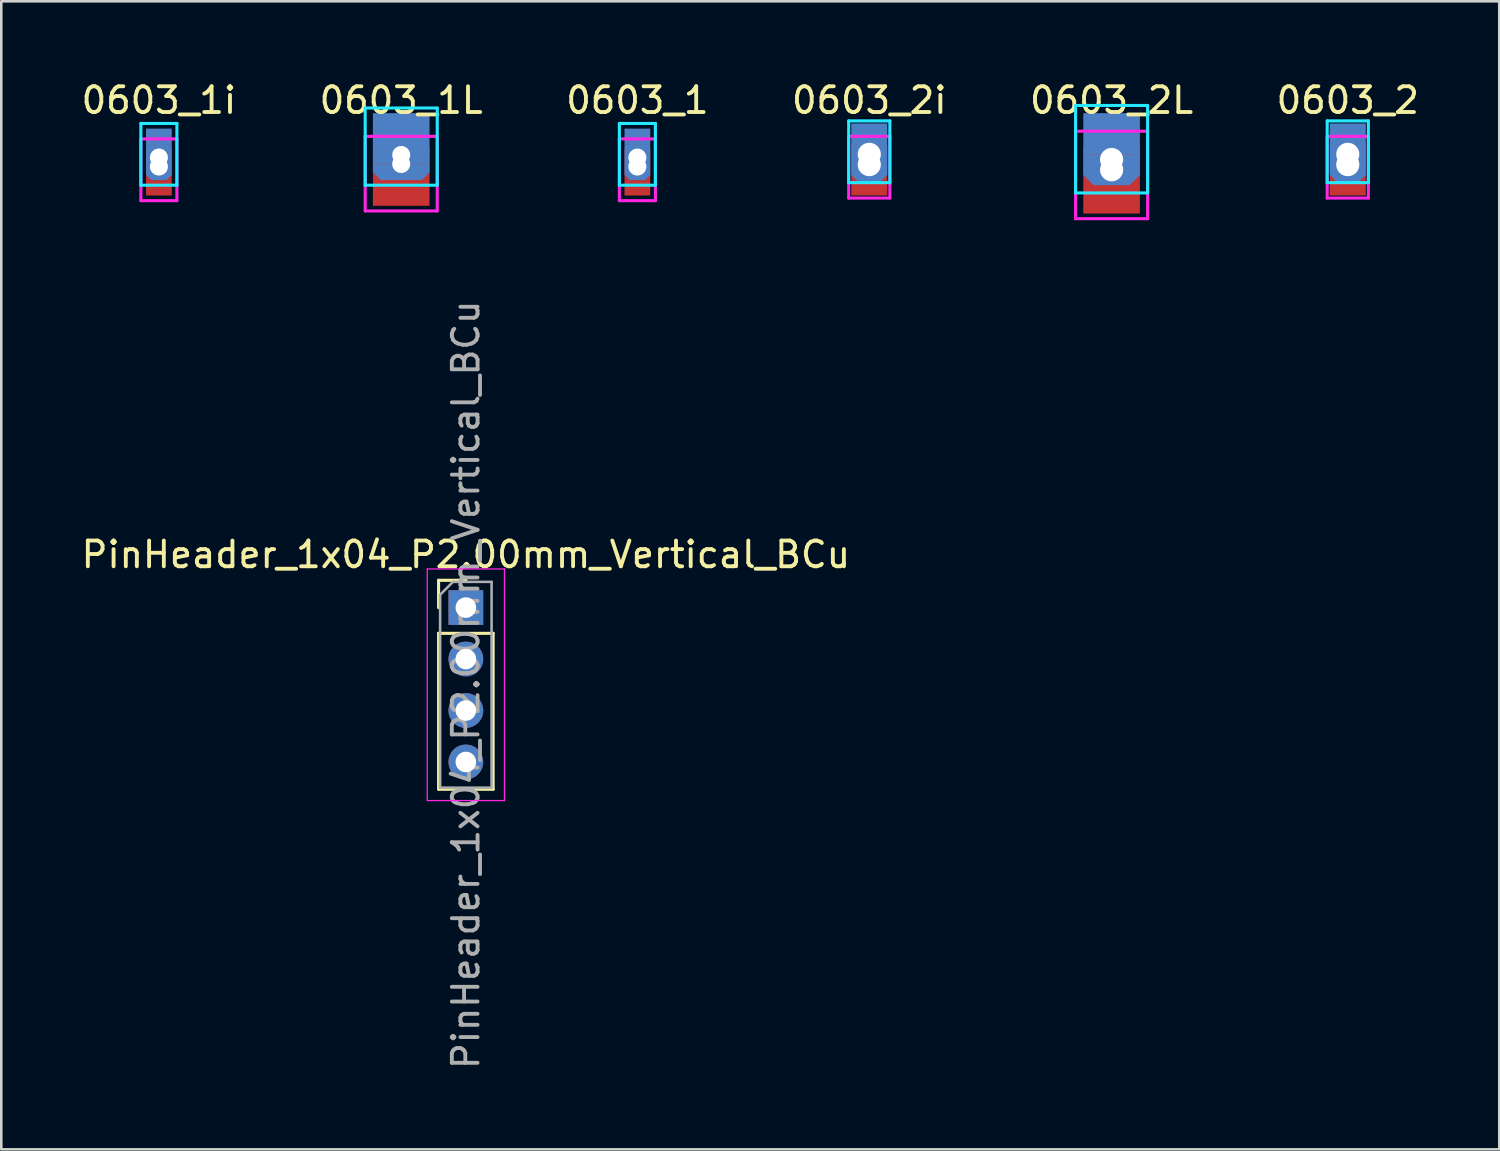
<source format=kicad_pcb>
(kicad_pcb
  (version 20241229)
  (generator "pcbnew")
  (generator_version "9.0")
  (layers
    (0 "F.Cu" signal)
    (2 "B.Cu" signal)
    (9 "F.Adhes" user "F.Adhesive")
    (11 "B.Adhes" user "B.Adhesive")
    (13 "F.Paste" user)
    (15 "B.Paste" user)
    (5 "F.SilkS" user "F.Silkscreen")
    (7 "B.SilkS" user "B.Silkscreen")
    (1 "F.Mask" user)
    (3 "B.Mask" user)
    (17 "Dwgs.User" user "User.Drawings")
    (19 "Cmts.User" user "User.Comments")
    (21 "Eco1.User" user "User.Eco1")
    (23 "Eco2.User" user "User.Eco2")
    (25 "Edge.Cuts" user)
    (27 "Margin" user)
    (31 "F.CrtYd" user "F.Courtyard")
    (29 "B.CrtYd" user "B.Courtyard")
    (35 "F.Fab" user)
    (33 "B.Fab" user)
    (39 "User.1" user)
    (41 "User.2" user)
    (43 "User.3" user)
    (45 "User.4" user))
  (footprint "0603_2i"
    (layer "F.Cu")
    (at 30.732 3.148)
    (property "Reference" "0603_2i" (at 0 -2.3 0) (layer "F.SilkS") (effects (font (size 1 1) (thickness 0.15))))
    (attr smd)
    (fp_poly (pts (xy 0.7 -0.6) (xy 0.7 0.6) (xy -0.7 0.6) (xy -0.7 -0.6) (xy -0.4 -0.9) (xy 0.4 -0.9)) (stroke (width 0) (type solid)) (fill yes) (layer "F.Cu"))
    (fp_poly (pts (xy 0.7 -0.6) (xy 0.7 0.6) (xy -0.7 0.6) (xy -0.7 -0.6) (xy -0.4 -0.9) (xy 0.4 -0.9)) (stroke (width 0) (type solid)) (fill yes) (layer "F.Mask"))
    (fp_poly (pts (xy 0.7 -0.3) (xy 0.7 0.6) (xy 0.4 0.9) (xy -0.4 0.9) (xy -0.7 0.6) (xy -0.7 -0.3) (xy -0.7 -0.6) (xy 0 -0.6) (xy 0.7 -0.6)) (stroke (width 0) (type solid)) (fill yes) (layer "B.Cu"))
    (fp_poly (pts (xy 0.7 -0.3) (xy 0.7 0.6) (xy 0.4 0.9) (xy -0.4 0.9) (xy -0.7 0.6) (xy -0.7 -0.3) (xy -0.7 -0.6) (xy 0 -0.6) (xy 0.7 -0.6)) (stroke (width 0) (type solid)) (fill yes) (layer "B.Mask"))
    (fp_line (start -0.8 -1.5) (end 0.8 -1.5) (stroke (width 0.12) (type solid)) (layer "B.CrtYd"))
    (fp_line (start -0.8 0.9) (end -0.8 -1.5) (stroke (width 0.12) (type solid)) (layer "B.CrtYd"))
    (fp_line (start 0.8 -1.5) (end 0.8 0.9) (stroke (width 0.12) (type solid)) (layer "B.CrtYd"))
    (fp_line (start 0.8 0.9) (end -0.8 0.9) (stroke (width 0.12) (type solid)) (layer "B.CrtYd"))
    (fp_line (start -0.8 -0.9) (end 0.8 -0.9) (stroke (width 0.12) (type solid)) (layer "F.CrtYd"))
    (fp_line (start -0.8 1.5) (end -0.8 -0.9) (stroke (width 0.12) (type solid)) (layer "F.CrtYd"))
    (fp_line (start 0.8 -0.9) (end 0.8 1.5) (stroke (width 0.12) (type solid)) (layer "F.CrtYd"))
    (fp_line (start 0.8 1.5) (end -0.8 1.5) (stroke (width 0.12) (type solid)) (layer "F.CrtYd"))
    (pad "1" smd rect (at 0 -1) (size 1.4 0.8) (layers "B.Cu" "B.Mask"))
    (pad "2" thru_hole circle (at 0 -0.2) (size 0.91 0.91) (drill 0.9) (layers "*.Cu"))
    (pad "2" thru_hole circle (at 0 0.2) (size 0.91 0.91) (drill 0.9) (layers "*.Cu"))
    (pad "2" smd rect (at 0 1) (size 1.4 0.8) (layers "F.Cu" "F.Mask")))
  (footprint "0603_2L"
    (layer "F.Cu")
    (at 40.149 3.348)
    (property "Reference" "0603_2L" (at 0 -2.5 0) (layer "F.SilkS") (effects (font (size 1 1) (thickness 0.15))))
    (attr smd)
    (fp_poly (pts (xy 1.1 -0.7) (xy 1.1 0.3) (xy -1.1 0.3) (xy -1.1 -0.7) (xy -0.6 -1.1) (xy 0.6 -1.1)) (stroke (width 0) (type solid)) (fill yes) (layer "F.Cu"))
    (fp_poly (pts (xy 1.1 -0.7) (xy 1.1 0.3) (xy -1.1 0.3) (xy -1.1 -0.7) (xy -0.6 -1.1) (xy 0.6 -1.1)) (stroke (width 0) (type solid)) (fill yes) (layer "F.Mask"))
    (fp_poly (pts (xy 1.1 -0.4) (xy 1.1 0.4) (xy 0.7 0.8) (xy -0.7 0.8) (xy -1.1 0.4) (xy -1.1 -0.4)) (stroke (width 0) (type solid)) (fill yes) (layer "B.Cu"))
    (fp_poly (pts (xy 1.1 0.4) (xy 0.7 0.8) (xy -0.7 0.8) (xy -1.1 0.4) (xy -1.1 -0.4) (xy 1.1 -0.4)) (stroke (width 0) (type solid)) (fill yes) (layer "B.Mask"))
    (fp_line (start -1.4 -2.3) (end 1.4 -2.3) (stroke (width 0.12) (type solid)) (layer "B.CrtYd"))
    (fp_line (start -1.4 1.1) (end -1.4 -2.3) (stroke (width 0.12) (type solid)) (layer "B.CrtYd"))
    (fp_line (start -1.4 1.1) (end 1.4 1.1) (stroke (width 0.12) (type solid)) (layer "B.CrtYd"))
    (fp_line (start 1.4 -2.3) (end 1.4 1.1) (stroke (width 0.12) (type solid)) (layer "B.CrtYd"))
    (fp_line (start -1.4 -1.3) (end 1.4 -1.3) (stroke (width 0.12) (type solid)) (layer "F.CrtYd"))
    (fp_line (start -1.4 2.1) (end -1.4 -1.3) (stroke (width 0.12) (type solid)) (layer "F.CrtYd"))
    (fp_line (start 1.4 -1.3) (end 1.4 2.1) (stroke (width 0.12) (type solid)) (layer "F.CrtYd"))
    (fp_line (start 1.4 2.1) (end -1.4 2.1) (stroke (width 0.12) (type solid)) (layer "F.CrtYd"))
    (pad "1" thru_hole circle (at 0 -0.2) (size 0.91 0.91) (drill 0.9) (layers "*.Cu"))
    (pad "1" thru_hole circle (at 0 0.2) (size 0.91 0.91) (drill 0.9) (layers "*.Cu"))
    (pad "1" smd rect (at 0 1.1) (size 2.2 1.6) (layers "F.Cu" "F.Mask"))
    (pad "2" smd rect (at 0 -1.2) (size 2.2 1.6) (layers "B.Cu" "B.Mask")))
  (footprint "0603_1L"
    (layer "F.Cu")
    (at 12.542 3.148)
    (property "Reference" "0603_1L" (at 0 -2.3 180) (layer "F.SilkS") (effects (font (size 1 1) (thickness 0.15))))
    (attr smd)
    (fp_poly (pts (xy 1.1 -0.5) (xy 1.1 -0.2) (xy -1.1 -0.2) (xy -1.1 -0.5) (xy -0.7 -0.8) (xy 0.7 -0.8)) (stroke (width 0) (type solid)) (fill yes) (layer "F.Cu"))
    (fp_poly (pts (xy 1.1 -0.5) (xy 1.1 -0.2) (xy -1.1 -0.2) (xy -1.1 -0.5) (xy -0.7 -0.8) (xy 0.7 -0.8)) (stroke (width 0) (type solid)) (fill yes) (layer "F.Mask"))
    (fp_poly (pts (xy 1.1 0.5) (xy 0.8 0.8) (xy -0.8 0.8) (xy -1.1 0.5) (xy -1.1 0.2) (xy 1.1 0.2)) (stroke (width 0) (type solid)) (fill yes) (layer "B.Cu"))
    (fp_poly (pts (xy 1.1 0.5) (xy 0.8 0.8) (xy -0.8 0.8) (xy -1.1 0.5) (xy -1.1 0.2) (xy 1.1 0.2)) (stroke (width 0) (type solid)) (fill yes) (layer "B.Mask"))
    (fp_line (start -1.4 -2) (end 1.4 -2) (stroke (width 0.12) (type solid)) (layer "B.CrtYd"))
    (fp_line (start -1.4 1) (end -1.4 -2) (stroke (width 0.12) (type solid)) (layer "B.CrtYd"))
    (fp_line (start 1.4 -2) (end 1.4 1) (stroke (width 0.12) (type solid)) (layer "B.CrtYd"))
    (fp_line (start 1.4 1) (end -1.4 1) (stroke (width 0.12) (type solid)) (layer "B.CrtYd"))
    (fp_line (start -1.4 -0.9) (end 1.4 -0.9) (stroke (width 0.12) (type solid)) (layer "F.CrtYd"))
    (fp_line (start -1.4 2) (end -1.4 -0.9) (stroke (width 0.12) (type solid)) (layer "F.CrtYd"))
    (fp_line (start 1.4 -0.9) (end 1.4 2) (stroke (width 0.12) (type solid)) (layer "F.CrtYd"))
    (fp_line (start 1.4 2) (end -1.4 2) (stroke (width 0.12) (type solid)) (layer "F.CrtYd"))
    (pad "1" thru_hole circle (at 0 -0.175) (size 0.71 0.71) (drill 0.7) (layers "*.Cu"))
    (pad "1" thru_hole circle (at 0 0.175) (size 0.71 0.71) (drill 0.7) (layers "*.Cu"))
    (pad "1" smd rect (at 0 0.8) (size 2.2 2) (layers "F.Cu" "F.Mask"))
    (pad "2" smd rect (at 0 -0.8) (size 2.2 2) (layers "B.Cu" "B.Mask")))
  (footprint "0603_1"
    (layer "F.Cu")
    (at 21.72 3.248)
    (property "Reference" "0603_1" (at 0 -2.4 0) (layer "F.SilkS") (effects (font (size 1 1) (thickness 0.15))))
    (attr smd)
    (fp_poly (pts (xy 0.5 -0.5) (xy 0.5 0.7) (xy -0.5 0.7) (xy -0.5 -0.5) (xy -0.3 -0.7) (xy 0.3 -0.7)) (stroke (width 0) (type solid)) (fill yes) (layer "F.Cu"))
    (fp_poly (pts (xy 0.5 0.5) (xy 0.3 0.7) (xy -0.3 0.7) (xy -0.5 0.5) (xy -0.5 -0.7) (xy 0.5 -0.7)) (stroke (width 0) (type solid)) (fill yes) (layer "B.Cu"))
    (fp_line (start -0.7 -1.5) (end 0.7 -1.5) (stroke (width 0.12) (type solid)) (layer "B.CrtYd"))
    (fp_line (start -0.7 0.9) (end -0.7 -1.5) (stroke (width 0.12) (type solid)) (layer "B.CrtYd"))
    (fp_line (start 0.7 -1.5) (end 0.7 0.9) (stroke (width 0.12) (type solid)) (layer "B.CrtYd"))
    (fp_line (start 0.7 0.9) (end -0.7 0.9) (stroke (width 0.12) (type solid)) (layer "B.CrtYd"))
    (fp_line (start -0.7 -0.9) (end 0.7 -0.9) (stroke (width 0.12) (type solid)) (layer "F.CrtYd"))
    (fp_line (start -0.7 1.5) (end -0.7 -0.9) (stroke (width 0.12) (type solid)) (layer "F.CrtYd"))
    (fp_line (start 0.7 -0.9) (end 0.7 1.5) (stroke (width 0.12) (type solid)) (layer "F.CrtYd"))
    (fp_line (start 0.7 1.5) (end -0.7 1.5) (stroke (width 0.12) (type solid)) (layer "F.CrtYd"))
    (pad "1" thru_hole circle (at 0 -0.175) (size 0.71 0.71) (drill 0.7) (layers "*.Cu"))
    (pad "1" thru_hole circle (at 0 0.175) (size 0.71 0.71) (drill 0.7) (layers "*.Cu"))
    (pad "1" smd rect (at 0 1) (size 1 0.6) (layers "F.Cu" "F.Mask"))
    (pad "2" smd rect (at 0 -1) (size 1 0.6) (layers "B.Cu" "B.Mask")))
  (footprint "0603_1i"
    (layer "F.Cu")
    (at 3.125 3.248)
    (property "Reference" "0603_1i" (at 0 -2.4 0) (layer "F.SilkS") (effects (font (size 1 1) (thickness 0.15))))
    (attr smd)
    (fp_poly (pts (xy 0.5 -0.5) (xy 0.5 0.7) (xy -0.5 0.7) (xy -0.5 -0.5) (xy -0.3 -0.7) (xy 0.3 -0.7)) (stroke (width 0) (type solid)) (fill yes) (layer "F.Cu"))
    (fp_poly (pts (xy 0.5 0.5) (xy 0.3 0.7) (xy -0.3 0.7) (xy -0.5 0.5) (xy -0.5 -0.7) (xy 0.5 -0.7)) (stroke (width 0) (type solid)) (fill yes) (layer "B.Cu"))
    (fp_line (start -0.7 -1.5) (end 0.7 -1.5) (stroke (width 0.12) (type solid)) (layer "B.CrtYd"))
    (fp_line (start -0.7 0.9) (end -0.7 -1.5) (stroke (width 0.12) (type solid)) (layer "B.CrtYd"))
    (fp_line (start 0.7 -1.5) (end 0.7 0.9) (stroke (width 0.12) (type solid)) (layer "B.CrtYd"))
    (fp_line (start 0.7 0.9) (end -0.7 0.9) (stroke (width 0.12) (type solid)) (layer "B.CrtYd"))
    (fp_line (start -0.7 -0.9) (end 0.7 -0.9) (stroke (width 0.12) (type solid)) (layer "F.CrtYd"))
    (fp_line (start -0.7 1.5) (end -0.7 -0.9) (stroke (width 0.12) (type solid)) (layer "F.CrtYd"))
    (fp_line (start 0.7 -0.9) (end 0.7 1.5) (stroke (width 0.12) (type solid)) (layer "F.CrtYd"))
    (fp_line (start 0.7 1.5) (end -0.7 1.5) (stroke (width 0.12) (type solid)) (layer "F.CrtYd"))
    (pad "1" smd rect (at 0 -1) (size 1 0.6) (layers "B.Cu" "B.Mask"))
    (pad "2" thru_hole circle (at 0 -0.175) (size 0.71 0.71) (drill 0.7) (layers "*.Cu"))
    (pad "2" thru_hole circle (at 0 0.175) (size 0.71 0.71) (drill 0.7) (layers "*.Cu"))
    (pad "2" smd rect (at 0 1) (size 1 0.6) (layers "F.Cu" "F.Mask")))
  (footprint "0603_2"
    (layer "F.Cu")
    (at 49.327 3.148)
    (property "Reference" "0603_2" (at 0 -2.3 0) (layer "F.SilkS") (effects (font (size 1 1) (thickness 0.15))))
    (attr smd)
    (fp_poly (pts (xy 0.7 -0.6) (xy 0.7 0.6) (xy -0.7 0.6) (xy -0.7 -0.6) (xy -0.4 -0.9) (xy 0.4 -0.9)) (stroke (width 0) (type solid)) (fill yes) (layer "F.Cu"))
    (fp_poly (pts (xy 0.7 -0.6) (xy 0.7 0.6) (xy -0.7 0.6) (xy -0.7 -0.6) (xy -0.4 -0.9) (xy 0.4 -0.9)) (stroke (width 0) (type solid)) (fill yes) (layer "F.Mask"))
    (fp_poly (pts (xy 0.7 -0.3) (xy 0.7 0.6) (xy 0.4 0.9) (xy -0.4 0.9) (xy -0.7 0.6) (xy -0.7 -0.3) (xy -0.7 -0.6) (xy 0 -0.6) (xy 0.7 -0.6)) (stroke (width 0) (type solid)) (fill yes) (layer "B.Cu"))
    (fp_poly (pts (xy 0.7 -0.3) (xy 0.7 0.6) (xy 0.4 0.9) (xy -0.4 0.9) (xy -0.7 0.6) (xy -0.7 -0.3) (xy -0.7 -0.6) (xy 0 -0.6) (xy 0.7 -0.6)) (stroke (width 0) (type solid)) (fill yes) (layer "B.Mask"))
    (fp_line (start -0.8 -1.5) (end 0.8 -1.5) (stroke (width 0.12) (type solid)) (layer "B.CrtYd"))
    (fp_line (start -0.8 0.9) (end -0.8 -1.5) (stroke (width 0.12) (type solid)) (layer "B.CrtYd"))
    (fp_line (start 0.8 -1.5) (end 0.8 0.9) (stroke (width 0.12) (type solid)) (layer "B.CrtYd"))
    (fp_line (start 0.8 0.9) (end -0.8 0.9) (stroke (width 0.12) (type solid)) (layer "B.CrtYd"))
    (fp_line (start -0.8 -0.9) (end 0.8 -0.9) (stroke (width 0.12) (type solid)) (layer "F.CrtYd"))
    (fp_line (start -0.8 1.5) (end -0.8 -0.9) (stroke (width 0.12) (type solid)) (layer "F.CrtYd"))
    (fp_line (start 0.8 -0.9) (end 0.8 1.5) (stroke (width 0.12) (type solid)) (layer "F.CrtYd"))
    (fp_line (start 0.8 1.5) (end -0.8 1.5) (stroke (width 0.12) (type solid)) (layer "F.CrtYd"))
    (pad "1" thru_hole circle (at 0 -0.2) (size 0.91 0.91) (drill 0.9) (layers "*.Cu"))
    (pad "1" thru_hole circle (at 0 0.2) (size 0.91 0.91) (drill 0.9) (layers "*.Cu"))
    (pad "1" smd rect (at 0 1) (size 1.4 0.8) (layers "F.Cu" "F.Mask"))
    (pad "2" smd rect (at 0 -1) (size 1.4 0.8) (layers "B.Cu" "B.Mask")))
  (footprint "PinHeader_1x04_P2.00mm_Vertical_BCu"
    (layer "F.Cu")
    (at 15.054 20.562)
    (property "Reference" "PinHeader_1x04_P2.00mm_Vertical_BCu" (at 0 -2.06 0) (layer "F.SilkS") (effects (font (size 1 1) (thickness 0.15))))
    (attr through_hole)
    (fp_line (start -1.06 -1.06) (end 0 -1.06) (stroke (width 0.12) (type solid)) (layer "F.SilkS"))
    (fp_line (start -1.06 0) (end -1.06 -1.06) (stroke (width 0.12) (type solid)) (layer "F.SilkS"))
    (fp_line (start -1.06 1) (end -1.06 7.06) (stroke (width 0.12) (type solid)) (layer "F.SilkS"))
    (fp_line (start -1.06 1) (end 1.06 1) (stroke (width 0.12) (type solid)) (layer "F.SilkS"))
    (fp_line (start -1.06 7.06) (end 1.06 7.06) (stroke (width 0.12) (type solid)) (layer "F.SilkS"))
    (fp_line (start 1.06 1) (end 1.06 7.06) (stroke (width 0.12) (type solid)) (layer "F.SilkS"))
    (fp_line (start -1.5 -1.5) (end -1.5 7.5) (stroke (width 0.05) (type solid)) (layer "F.CrtYd"))
    (fp_line (start -1.5 7.5) (end 1.5 7.5) (stroke (width 0.05) (type solid)) (layer "F.CrtYd"))
    (fp_line (start 1.5 -1.5) (end -1.5 -1.5) (stroke (width 0.05) (type solid)) (layer "F.CrtYd"))
    (fp_line (start 1.5 7.5) (end 1.5 -1.5) (stroke (width 0.05) (type solid)) (layer "F.CrtYd"))
    (fp_line (start -1 -0.5) (end -0.5 -1) (stroke (width 0.1) (type solid)) (layer "F.Fab"))
    (fp_line (start -1 7) (end -1 -0.5) (stroke (width 0.1) (type solid)) (layer "F.Fab"))
    (fp_line (start -0.5 -1) (end 1 -1) (stroke (width 0.1) (type solid)) (layer "F.Fab"))
    (fp_line (start 1 -1) (end 1 7) (stroke (width 0.1) (type solid)) (layer "F.Fab"))
    (fp_line (start 1 7) (end -1 7) (stroke (width 0.1) (type solid)) (layer "F.Fab"))
    (fp_text user "${REFERENCE}" (at 0 3 270) (layer "F.Fab") (effects (font (size 1 1) (thickness 0.15))))
    (pad "1" thru_hole rect (at 0 0) (size 1.35 1.35) (drill 0.8) (layers "*.Mask" "B.Cu"))
    (pad "2" thru_hole oval (at 0 2) (size 1.35 1.35) (drill 0.8) (layers "*.Mask" "B.Cu"))
    (pad "3" thru_hole oval (at 0 4) (size 1.35 1.35) (drill 0.8) (layers "*.Mask" "B.Cu"))
    (pad "4" thru_hole oval (at 0 6) (size 1.35 1.35) (drill 0.8) (layers "*.Mask" "B.Cu")))
  (gr_rect
    (start -3 -3)
    (end 55.214 41.615)
    (stroke (width 0.1) (type default))
    (fill no)
    (layer "Edge.Cuts")))
</source>
